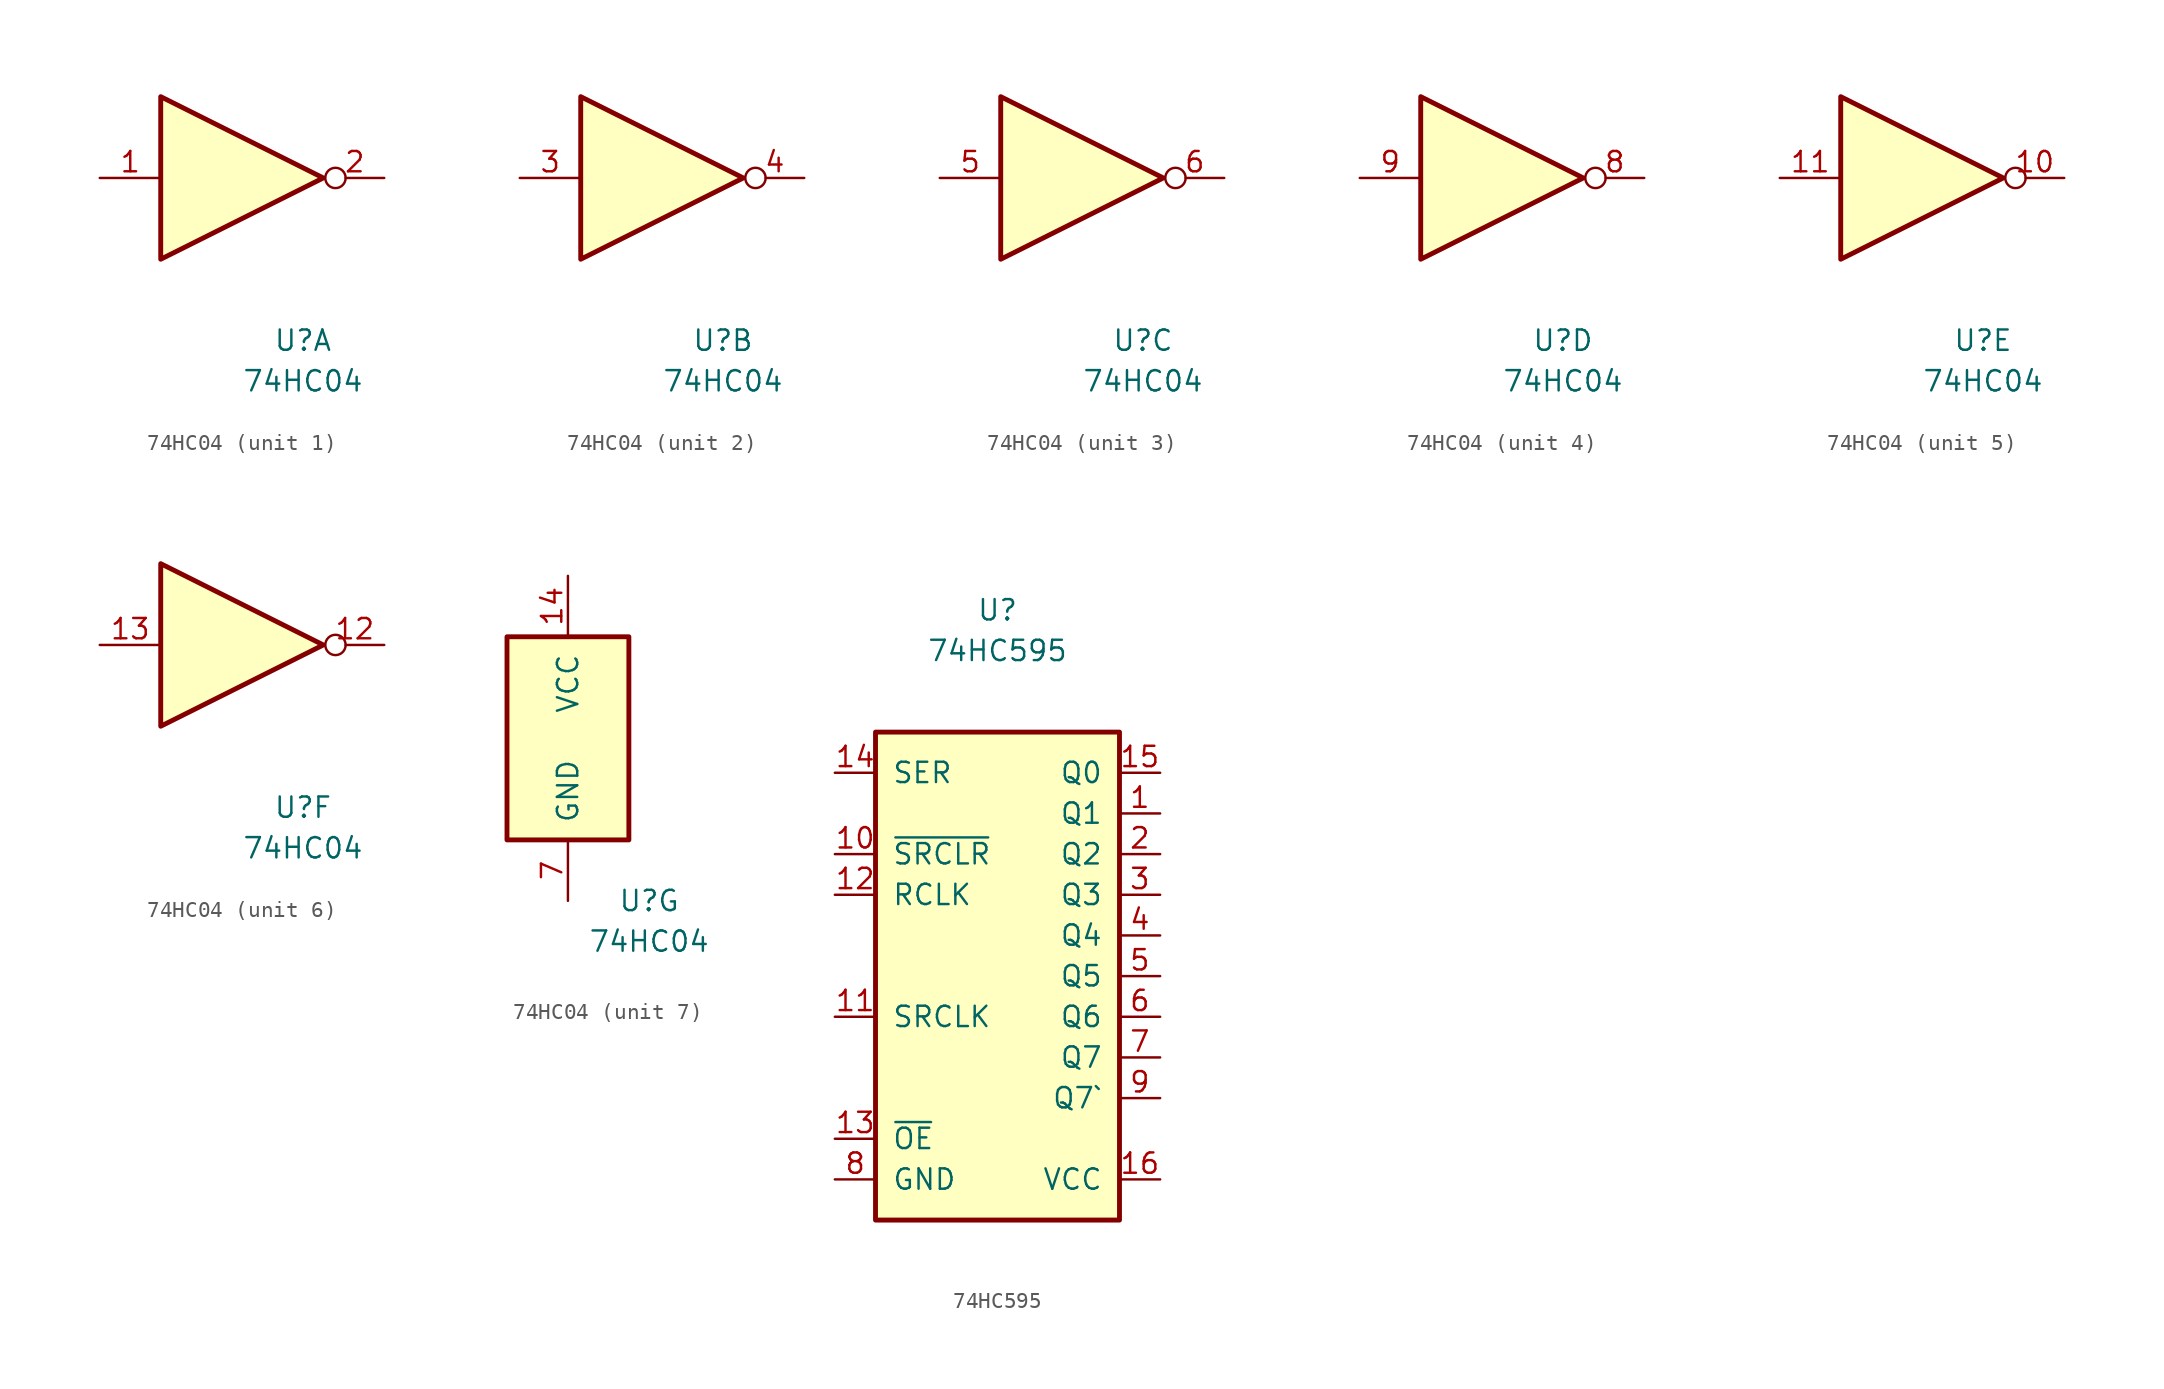
<source format=kicad_sym>
(kicad_symbol_lib
  (version 20220914)
  (generator kicad_symbol_editor)
  (symbol "74HC04"
    (pin_names
      (offset 1.016))
    (property "Reference" "U"
      (at 5.08 -10.16 0)
      (effects (font (size 1.27 1.27))))
    (property "Value" "74HC04"
      (at 5.08 -12.7 0)
      (effects (font (size 1.27 1.27))))
    (property "ki_locked" ""
      (at 0 0 0)
      (effects (font (size 1.27 1.27))))
    (symbol "74HC04_1_1"
      (polyline (pts (xy -3.81 5.08) (xy -3.81 -5.08) (xy 6.35 0) (xy -3.81 5.08)) (stroke (width 0.305) (type default)) (fill (type background)))
      (pin input line (at -7.62 0 0) (length 3.81) (name "~" (effects (font (size 1.27 1.27)))) (number "1" (effects (font (size 1.27 1.27)))))
      (pin output inverted (at 10.16 0 180) (length 3.683) (name "~" (effects (font (size 1.27 1.27)))) (number "2" (effects (font (size 1.27 1.27))))))
    (symbol "74HC04_2_1"
      (polyline (pts (xy -3.81 5.08) (xy -3.81 -5.08) (xy 6.35 0) (xy -3.81 5.08)) (stroke (width 0.305) (type default)) (fill (type background)))
      (pin input line (at -7.62 0 0) (length 3.81) (name "~" (effects (font (size 1.27 1.27)))) (number "3" (effects (font (size 1.27 1.27)))))
      (pin output inverted (at 10.16 0 180) (length 3.683) (name "~" (effects (font (size 1.27 1.27)))) (number "4" (effects (font (size 1.27 1.27))))))
    (symbol "74HC04_3_1"
      (polyline (pts (xy -3.81 5.08) (xy -3.81 -5.08) (xy 6.35 0) (xy -3.81 5.08)) (stroke (width 0.305) (type default)) (fill (type background)))
      (pin input line (at -7.62 0 0) (length 3.81) (name "~" (effects (font (size 1.27 1.27)))) (number "5" (effects (font (size 1.27 1.27)))))
      (pin output inverted (at 10.16 0 180) (length 3.683) (name "~" (effects (font (size 1.27 1.27)))) (number "6" (effects (font (size 1.27 1.27))))))
    (symbol "74HC04_4_1"
      (polyline (pts (xy -3.81 5.08) (xy -3.81 -5.08) (xy 6.35 0) (xy -3.81 5.08)) (stroke (width 0.305) (type default)) (fill (type background)))
      (pin output inverted (at 10.16 0 180) (length 3.683) (name "~" (effects (font (size 1.27 1.27)))) (number "8" (effects (font (size 1.27 1.27)))))
      (pin input line (at -7.62 0 0) (length 3.81) (name "~" (effects (font (size 1.27 1.27)))) (number "9" (effects (font (size 1.27 1.27))))))
    (symbol "74HC04_5_1"
      (polyline (pts (xy -3.81 5.08) (xy -3.81 -5.08) (xy 6.35 0) (xy -3.81 5.08)) (stroke (width 0.305) (type default)) (fill (type background)))
      (pin output inverted (at 10.16 0 180) (length 3.683) (name "~" (effects (font (size 1.27 1.27)))) (number "10" (effects (font (size 1.27 1.27)))))
      (pin input line (at -7.62 0 0) (length 3.81) (name "~" (effects (font (size 1.27 1.27)))) (number "11" (effects (font (size 1.27 1.27))))))
    (symbol "74HC04_6_1"
      (polyline (pts (xy -3.81 5.08) (xy -3.81 -5.08) (xy 6.35 0) (xy -3.81 5.08)) (stroke (width 0.305) (type default)) (fill (type background)))
      (pin output inverted (at 10.16 0 180) (length 3.683) (name "~" (effects (font (size 1.27 1.27)))) (number "12" (effects (font (size 1.27 1.27)))))
      (pin input line (at -7.62 0 0) (length 3.81) (name "~" (effects (font (size 1.27 1.27)))) (number "13" (effects (font (size 1.27 1.27))))))
    (symbol "74HC04_7_1"
      (rectangle (start -3.81 6.35) (end 3.81 -6.35) (stroke (width 0.305) (type default)) (fill (type background)))
      (pin power_in line (at 0 10.16 270) (length 3.81) (name "VCC" (effects (font (size 1.27 1.27)))) (number "14" (effects (font (size 1.27 1.27)))))
      (pin power_in line (at 0 -10.16 90) (length 3.81) (name "GND" (effects (font (size 1.27 1.27)))) (number "7" (effects (font (size 1.27 1.27)))))))
  (symbol "74HC595"
    (pin_names
      (offset 1.016))
    (property "Reference" "U"
      (at 0 22.86 0)
      (effects (font (size 1.27 1.27))))
    (property "Value" "74HC595"
      (at 0 20.32 0)
      (effects (font (size 1.27 1.27))))
    (symbol "74HC595_0_1"
      (rectangle (start -7.62 15.24) (end 7.62 -15.24) (stroke (width 0.305) (type default)) (fill (type background))))
    (symbol "74HC595_1_1"
      (pin output line (at 10.16 10.16 180) (length 2.54) (name "Q1" (effects (font (size 1.27 1.27)))) (number "1" (effects (font (size 1.27 1.27)))))
      (pin input line (at -10.16 7.62 0) (length 2.54) (name "~{SRCLR}" (effects (font (size 1.27 1.27)))) (number "10" (effects (font (size 1.27 1.27)))))
      (pin input line (at -10.16 -2.54 0) (length 2.54) (name "SRCLK" (effects (font (size 1.27 1.27)))) (number "11" (effects (font (size 1.27 1.27)))))
      (pin input line (at -10.16 5.08 0) (length 2.54) (name "RCLK" (effects (font (size 1.27 1.27)))) (number "12" (effects (font (size 1.27 1.27)))))
      (pin input line (at -10.16 -10.16 0) (length 2.54) (name "~{OE}" (effects (font (size 1.27 1.27)))) (number "13" (effects (font (size 1.27 1.27)))))
      (pin input line (at -10.16 12.7 0) (length 2.54) (name "SER" (effects (font (size 1.27 1.27)))) (number "14" (effects (font (size 1.27 1.27)))))
      (pin output line (at 10.16 12.7 180) (length 2.54) (name "Q0" (effects (font (size 1.27 1.27)))) (number "15" (effects (font (size 1.27 1.27)))))
      (pin power_in line (at 10.16 -12.7 180) (length 2.54) (name "VCC" (effects (font (size 1.27 1.27)))) (number "16" (effects (font (size 1.27 1.27)))))
      (pin output line (at 10.16 7.62 180) (length 2.54) (name "Q2" (effects (font (size 1.27 1.27)))) (number "2" (effects (font (size 1.27 1.27)))))
      (pin output line (at 10.16 5.08 180) (length 2.54) (name "Q3" (effects (font (size 1.27 1.27)))) (number "3" (effects (font (size 1.27 1.27)))))
      (pin output line (at 10.16 2.54 180) (length 2.54) (name "Q4" (effects (font (size 1.27 1.27)))) (number "4" (effects (font (size 1.27 1.27)))))
      (pin output line (at 10.16 0 180) (length 2.54) (name "Q5" (effects (font (size 1.27 1.27)))) (number "5" (effects (font (size 1.27 1.27)))))
      (pin output line (at 10.16 -2.54 180) (length 2.54) (name "Q6" (effects (font (size 1.27 1.27)))) (number "6" (effects (font (size 1.27 1.27)))))
      (pin output line (at 10.16 -5.08 180) (length 2.54) (name "Q7" (effects (font (size 1.27 1.27)))) (number "7" (effects (font (size 1.27 1.27)))))
      (pin power_in line (at -10.16 -12.7 0) (length 2.54) (name "GND" (effects (font (size 1.27 1.27)))) (number "8" (effects (font (size 1.27 1.27)))))
      (pin output line (at 10.16 -7.62 180) (length 2.54) (name "Q7`" (effects (font (size 1.27 1.27)))) (number "9" (effects (font (size 1.27 1.27))))))))
</source>
